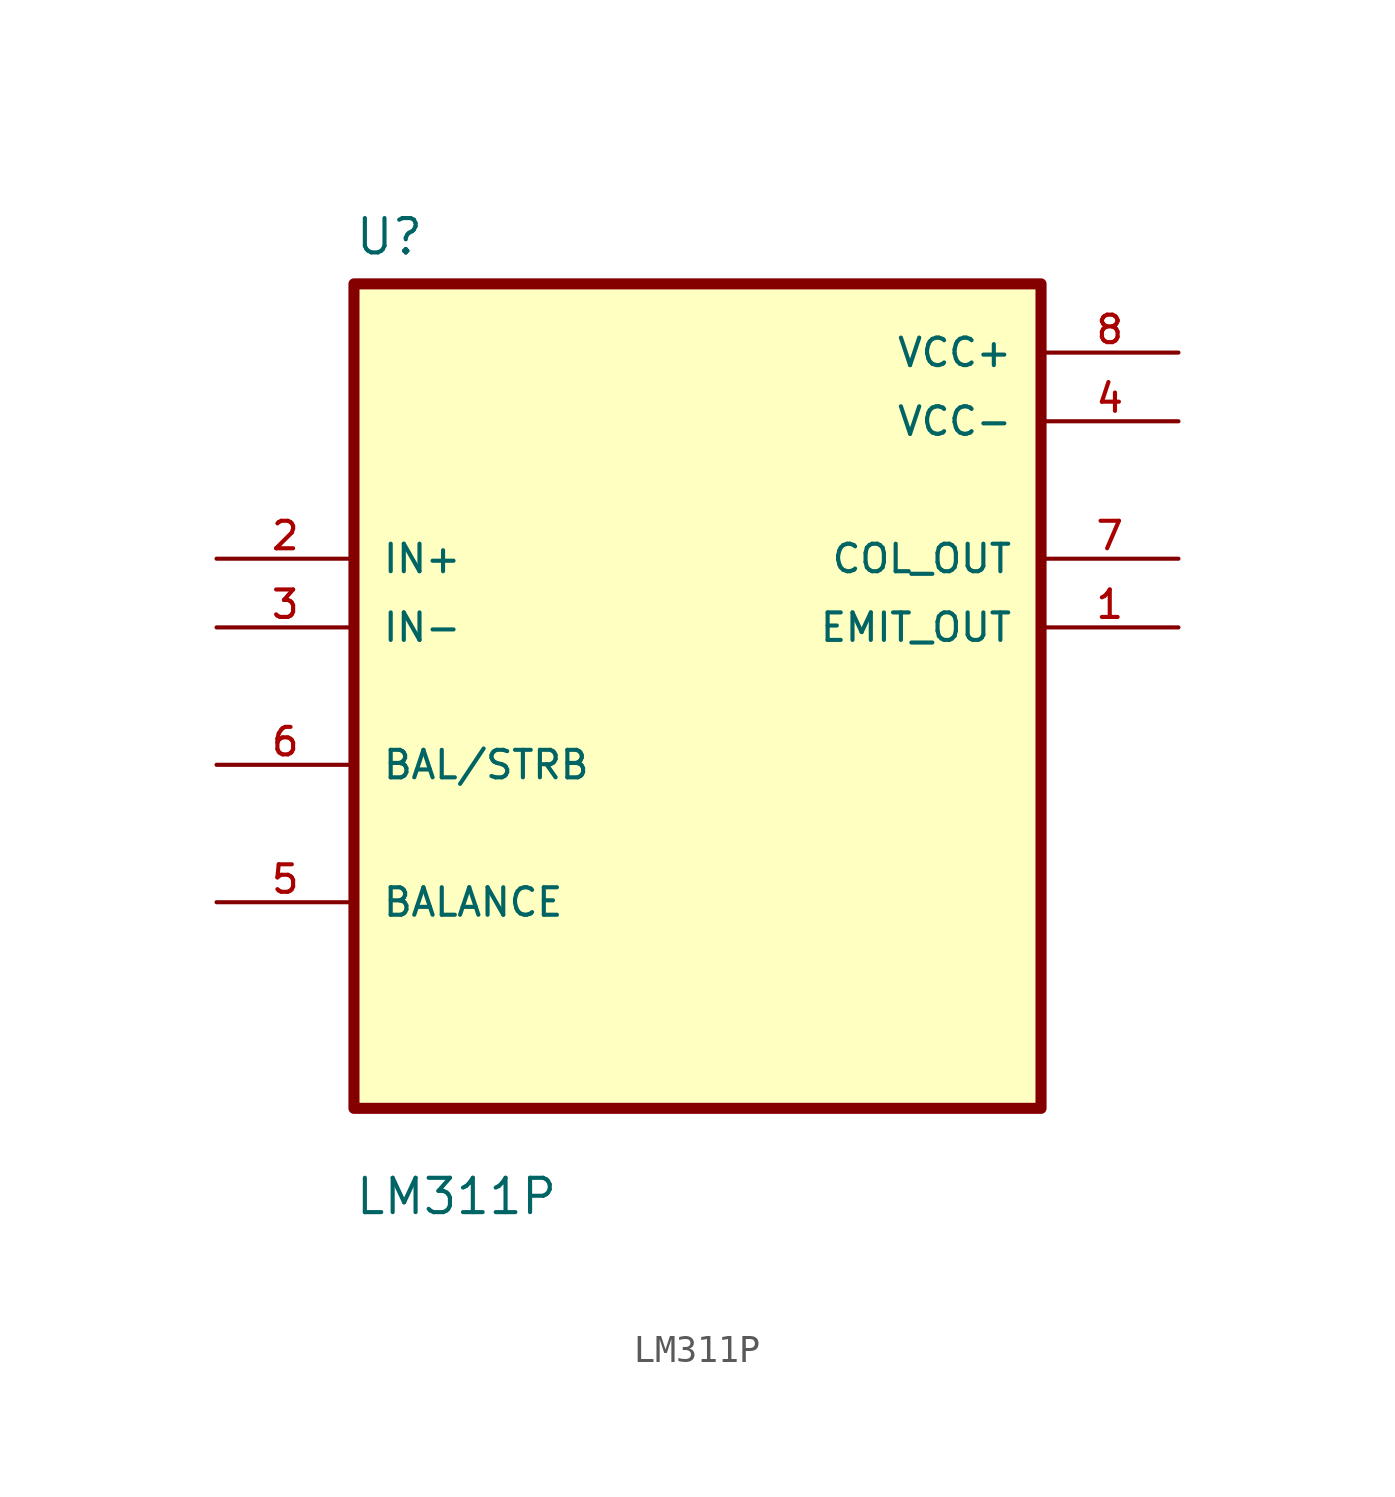
<source format=kicad_sym>
(kicad_symbol_lib
  (version 20211014)
  (generator kicad_symbol_editor)
  (symbol "LM311P"
    (pin_names
      (offset 1.016))
    (property "Reference" "U"
      (at -12.7 16.24 0.0)
      (effects (font (size 1.27 1.27)) (justify bottom left)))
    (property "Value" "LM311P"
      (at -12.7 -19.24 0.0)
      (effects (font (size 1.27 1.27)) (justify bottom left)))
    (symbol "LM311P_0_0"
      (rectangle (start -12.7 -15.24) (end 12.7 15.24) (stroke (width 0.41)) (fill (type background)))
      (pin input line (at -17.78 5.08 0) (length 5.08) (name "IN+" (effects (font (size 1.016 1.016)))) (number "2" (effects (font (size 1.016 1.016)))))
      (pin input line (at -17.78 2.54 0) (length 5.08) (name "IN-" (effects (font (size 1.016 1.016)))) (number "3" (effects (font (size 1.016 1.016)))))
      (pin bidirectional line (at -17.78 -2.54 0) (length 5.08) (name "BAL/STRB" (effects (font (size 1.016 1.016)))) (number "6" (effects (font (size 1.016 1.016)))))
      (pin bidirectional line (at -17.78 -7.62 0) (length 5.08) (name "BALANCE" (effects (font (size 1.016 1.016)))) (number "5" (effects (font (size 1.016 1.016)))))
      (pin power_in line (at 17.78 12.7 180.0) (length 5.08) (name "VCC+" (effects (font (size 1.016 1.016)))) (number "8" (effects (font (size 1.016 1.016)))))
      (pin power_in line (at 17.78 10.16 180.0) (length 5.08) (name "VCC-" (effects (font (size 1.016 1.016)))) (number "4" (effects (font (size 1.016 1.016)))))
      (pin output line (at 17.78 5.08 180.0) (length 5.08) (name "COL_OUT" (effects (font (size 1.016 1.016)))) (number "7" (effects (font (size 1.016 1.016)))))
      (pin output line (at 17.78 2.54 180.0) (length 5.08) (name "EMIT_OUT" (effects (font (size 1.016 1.016)))) (number "1" (effects (font (size 1.016 1.016))))))))
</source>
